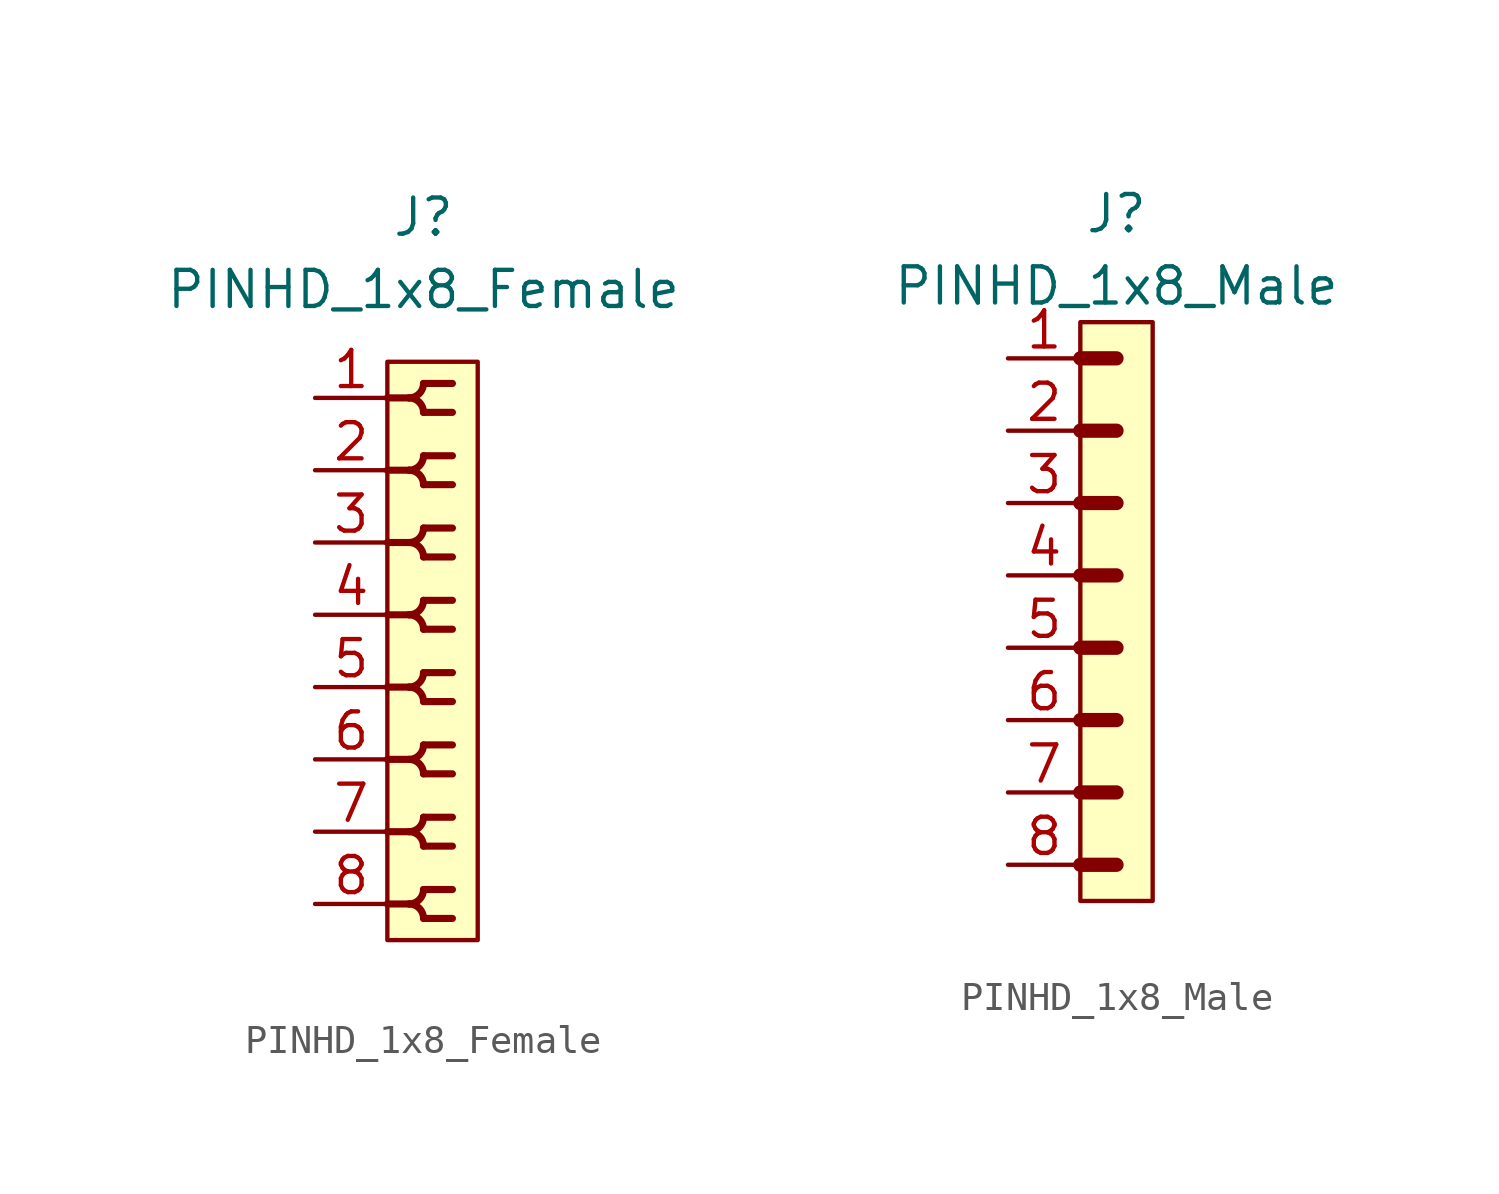
<source format=kicad_sym>
(kicad_symbol_lib
  (version 20211014)
  (generator kicad_symbol_editor)
  (symbol "PINHD_1x8_Female"
    (property "Reference" "J"
      (at 0 15.24 0)
      (effects (font (size 1.27 1.27))))
    (property "Value" "PINHD_1x8_Female"
      (at 0 12.7 0)
      (effects (font (size 1.27 1.27))))
    (symbol "PINHD_1x8_Female_0_1"
      (rectangle (start -1.27 10.16) (end 1.905 -10.16) (stroke (width 0) (type default) (color 0 0 0 0)) (fill (type background)))
      (arc (start -0.508 -8.89) (mid 0.3592 -9.2492) (end 0 -8.382) (stroke (width 0.25) (type default) (color 0 0 0 0)) (fill (type none)))
      (arc (start -0.508 -6.35) (mid 0.3592 -6.7092) (end 0 -5.842) (stroke (width 0.25) (type default) (color 0 0 0 0)) (fill (type none)))
      (arc (start -0.508 -3.81) (mid 0.3592 -4.1692) (end 0 -3.302) (stroke (width 0.25) (type default) (color 0 0 0 0)) (fill (type none)))
      (arc (start -0.508 -1.27) (mid 0.3592 -1.6292) (end 0 -0.762) (stroke (width 0.25) (type default) (color 0 0 0 0)) (fill (type none)))
      (arc (start -0.508 1.27) (mid 0.3592 0.9108) (end 0 1.778) (stroke (width 0.25) (type default) (color 0 0 0 0)) (fill (type none)))
      (arc (start -0.508 3.81) (mid 0.3592 3.4508) (end 0 4.318) (stroke (width 0.25) (type default) (color 0 0 0 0)) (fill (type none)))
      (arc (start -0.508 6.35) (mid 0.3592 5.9908) (end 0 6.858) (stroke (width 0.25) (type default) (color 0 0 0 0)) (fill (type none)))
      (arc (start -0.508 8.89) (mid 0.3592 8.5308) (end 0 9.398) (stroke (width 0.25) (type default) (color 0 0 0 0)) (fill (type none)))
      (arc (start 0 -9.398) (mid 0.3592 -8.5308) (end -0.508 -8.89) (stroke (width 0.25) (type default) (color 0 0 0 0)) (fill (type none)))
      (arc (start 0 -6.858) (mid 0.3592 -5.9908) (end -0.508 -6.35) (stroke (width 0.25) (type default) (color 0 0 0 0)) (fill (type none)))
      (arc (start 0 -4.318) (mid 0.3592 -3.4508) (end -0.508 -3.81) (stroke (width 0.25) (type default) (color 0 0 0 0)) (fill (type none)))
      (arc (start 0 -1.778) (mid 0.3592 -0.9108) (end -0.508 -1.27) (stroke (width 0.25) (type default) (color 0 0 0 0)) (fill (type none)))
      (polyline (pts (xy -1.27 -8.89) (xy -0.508 -8.89)) (stroke (width 0.25) (type default) (color 0 0 0 0)) (fill (type none)))
      (polyline (pts (xy -1.27 -6.35) (xy -0.508 -6.35)) (stroke (width 0.25) (type default) (color 0 0 0 0)) (fill (type none)))
      (polyline (pts (xy -1.27 -3.81) (xy -0.508 -3.81)) (stroke (width 0.25) (type default) (color 0 0 0 0)) (fill (type none)))
      (polyline (pts (xy -1.27 -1.27) (xy -0.508 -1.27)) (stroke (width 0.25) (type default) (color 0 0 0 0)) (fill (type none)))
      (polyline (pts (xy -1.27 1.27) (xy -0.508 1.27)) (stroke (width 0.25) (type default) (color 0 0 0 0)) (fill (type none)))
      (polyline (pts (xy -1.27 3.81) (xy -0.508 3.81)) (stroke (width 0.25) (type default) (color 0 0 0 0)) (fill (type none)))
      (polyline (pts (xy -1.27 6.35) (xy -0.508 6.35)) (stroke (width 0.25) (type default) (color 0 0 0 0)) (fill (type none)))
      (polyline (pts (xy -1.27 8.89) (xy -0.508 8.89)) (stroke (width 0.25) (type default) (color 0 0 0 0)) (fill (type none)))
      (polyline (pts (xy 0 -9.398) (xy 1.016 -9.398)) (stroke (width 0.25) (type default) (color 0 0 0 0)) (fill (type none)))
      (polyline (pts (xy 0 -8.382) (xy 1.016 -8.382)) (stroke (width 0.25) (type default) (color 0 0 0 0)) (fill (type none)))
      (polyline (pts (xy 0 -6.858) (xy 1.016 -6.858)) (stroke (width 0.25) (type default) (color 0 0 0 0)) (fill (type none)))
      (polyline (pts (xy 0 -5.842) (xy 1.016 -5.842)) (stroke (width 0.25) (type default) (color 0 0 0 0)) (fill (type none)))
      (polyline (pts (xy 0 -4.318) (xy 1.016 -4.318)) (stroke (width 0.25) (type default) (color 0 0 0 0)) (fill (type none)))
      (polyline (pts (xy 0 -3.302) (xy 1.016 -3.302)) (stroke (width 0.25) (type default) (color 0 0 0 0)) (fill (type none)))
      (polyline (pts (xy 0 -1.778) (xy 1.016 -1.778)) (stroke (width 0.25) (type default) (color 0 0 0 0)) (fill (type none)))
      (polyline (pts (xy 0 -0.762) (xy 1.016 -0.762)) (stroke (width 0.25) (type default) (color 0 0 0 0)) (fill (type none)))
      (polyline (pts (xy 0 0.762) (xy 1.016 0.762)) (stroke (width 0.25) (type default) (color 0 0 0 0)) (fill (type none)))
      (polyline (pts (xy 0 1.778) (xy 1.016 1.778)) (stroke (width 0.25) (type default) (color 0 0 0 0)) (fill (type none)))
      (polyline (pts (xy 0 3.302) (xy 1.016 3.302)) (stroke (width 0.25) (type default) (color 0 0 0 0)) (fill (type none)))
      (polyline (pts (xy 0 4.318) (xy 1.016 4.318)) (stroke (width 0.25) (type default) (color 0 0 0 0)) (fill (type none)))
      (polyline (pts (xy 0 5.842) (xy 1.016 5.842)) (stroke (width 0.25) (type default) (color 0 0 0 0)) (fill (type none)))
      (polyline (pts (xy 0 6.858) (xy 1.016 6.858)) (stroke (width 0.25) (type default) (color 0 0 0 0)) (fill (type none)))
      (polyline (pts (xy 0 8.382) (xy 1.016 8.382)) (stroke (width 0.25) (type default) (color 0 0 0 0)) (fill (type none)))
      (polyline (pts (xy 0 9.398) (xy 1.016 9.398)) (stroke (width 0.25) (type default) (color 0 0 0 0)) (fill (type none)))
      (arc (start 0 0.762) (mid 0.3592 1.6292) (end -0.508 1.27) (stroke (width 0.25) (type default) (color 0 0 0 0)) (fill (type none)))
      (arc (start 0 3.302) (mid 0.3592 4.1692) (end -0.508 3.81) (stroke (width 0.25) (type default) (color 0 0 0 0)) (fill (type none)))
      (arc (start 0 5.842) (mid 0.3592 6.7092) (end -0.508 6.35) (stroke (width 0.25) (type default) (color 0 0 0 0)) (fill (type none)))
      (arc (start 0 8.382) (mid 0.3592 9.2492) (end -0.508 8.89) (stroke (width 0.25) (type default) (color 0 0 0 0)) (fill (type none))))
    (symbol "PINHD_1x8_Female_1_1"
      (pin passive line (at -3.81 8.89 0) (length 2.54) (name "" (effects (font (size 1.27 1.27)))) (number "1" (effects (font (size 1.27 1.27)))))
      (pin passive line (at -3.81 6.35 0) (length 2.54) (name "" (effects (font (size 1.27 1.27)))) (number "2" (effects (font (size 1.27 1.27)))))
      (pin passive line (at -3.81 3.81 0) (length 2.54) (name "" (effects (font (size 1.27 1.27)))) (number "3" (effects (font (size 1.27 1.27)))))
      (pin passive line (at -3.81 1.27 0) (length 2.54) (name "" (effects (font (size 1.27 1.27)))) (number "4" (effects (font (size 1.27 1.27)))))
      (pin passive line (at -3.81 -1.27 0) (length 2.54) (name "" (effects (font (size 1.27 1.27)))) (number "5" (effects (font (size 1.27 1.27)))))
      (pin passive line (at -3.81 -3.81 0) (length 2.54) (name "" (effects (font (size 1.27 1.27)))) (number "6" (effects (font (size 1.27 1.27)))))
      (pin passive line (at -3.81 -6.35 0) (length 2.54) (name "" (effects (font (size 1.27 1.27)))) (number "7" (effects (font (size 1.27 1.27)))))
      (pin passive line (at -3.81 -8.89 0) (length 2.54) (name "" (effects (font (size 1.27 1.27)))) (number "8" (effects (font (size 1.27 1.27)))))))
  (symbol "PINHD_1x8_Male"
    (property "Reference" "J"
      (at 0 13.97 0)
      (effects (font (size 1.27 1.27))))
    (property "Value" "PINHD_1x8_Male"
      (at 0 11.43 0)
      (effects (font (size 1.27 1.27))))
    (symbol "PINHD_1x8_Male_0_1"
      (rectangle (start -1.27 10.16) (end 1.27 -10.16) (stroke (width 0) (type default) (color 0 0 0 0)) (fill (type background)))
      (polyline (pts (xy -1.27 -8.89) (xy 0 -8.89)) (stroke (width 0.3) (type default) (color 0 0 0 0)) (fill (type none)))
      (polyline (pts (xy -1.27 -8.89) (xy 0 -8.89)) (stroke (width 0.5) (type default) (color 0 0 0 0)) (fill (type none)))
      (polyline (pts (xy -1.27 -6.35) (xy 0 -6.35)) (stroke (width 0.3) (type default) (color 0 0 0 0)) (fill (type none)))
      (polyline (pts (xy -1.27 -6.35) (xy 0 -6.35)) (stroke (width 0.5) (type default) (color 0 0 0 0)) (fill (type none)))
      (polyline (pts (xy -1.27 -3.81) (xy 0 -3.81)) (stroke (width 0.3) (type default) (color 0 0 0 0)) (fill (type none)))
      (polyline (pts (xy -1.27 -3.81) (xy 0 -3.81)) (stroke (width 0.5) (type default) (color 0 0 0 0)) (fill (type none)))
      (polyline (pts (xy -1.27 -1.27) (xy 0 -1.27)) (stroke (width 0.3) (type default) (color 0 0 0 0)) (fill (type none)))
      (polyline (pts (xy -1.27 -1.27) (xy 0 -1.27)) (stroke (width 0.5) (type default) (color 0 0 0 0)) (fill (type none)))
      (polyline (pts (xy -1.27 1.27) (xy 0 1.27)) (stroke (width 0.3) (type default) (color 0 0 0 0)) (fill (type none)))
      (polyline (pts (xy -1.27 1.27) (xy 0 1.27)) (stroke (width 0.5) (type default) (color 0 0 0 0)) (fill (type none)))
      (polyline (pts (xy -1.27 3.81) (xy 0 3.81)) (stroke (width 0.3) (type default) (color 0 0 0 0)) (fill (type none)))
      (polyline (pts (xy -1.27 3.81) (xy 0 3.81)) (stroke (width 0.5) (type default) (color 0 0 0 0)) (fill (type none)))
      (polyline (pts (xy -1.27 6.35) (xy 0 6.35)) (stroke (width 0.3) (type default) (color 0 0 0 0)) (fill (type none)))
      (polyline (pts (xy -1.27 6.35) (xy 0 6.35)) (stroke (width 0.5) (type default) (color 0 0 0 0)) (fill (type none)))
      (polyline (pts (xy -1.27 8.89) (xy 0 8.89)) (stroke (width 0.3) (type default) (color 0 0 0 0)) (fill (type none)))
      (polyline (pts (xy -1.27 8.89) (xy 0 8.89)) (stroke (width 0.5) (type default) (color 0 0 0 0)) (fill (type none))))
    (symbol "PINHD_1x8_Male_1_1"
      (pin passive line (at -3.81 8.89 0) (length 2.54) (name "" (effects (font (size 1.27 1.27)))) (number "1" (effects (font (size 1.27 1.27)))))
      (pin passive line (at -3.81 6.35 0) (length 2.54) (name "" (effects (font (size 1.27 1.27)))) (number "2" (effects (font (size 1.27 1.27)))))
      (pin passive line (at -3.81 3.81 0) (length 2.54) (name "" (effects (font (size 1.27 1.27)))) (number "3" (effects (font (size 1.27 1.27)))))
      (pin passive line (at -3.81 1.27 0) (length 2.54) (name "" (effects (font (size 1.27 1.27)))) (number "4" (effects (font (size 1.27 1.27)))))
      (pin passive line (at -3.81 -1.27 0) (length 2.54) (name "" (effects (font (size 1.27 1.27)))) (number "5" (effects (font (size 1.27 1.27)))))
      (pin passive line (at -3.81 -3.81 0) (length 2.54) (name "" (effects (font (size 1.27 1.27)))) (number "6" (effects (font (size 1.27 1.27)))))
      (pin passive line (at -3.81 -6.35 0) (length 2.54) (name "" (effects (font (size 1.27 1.27)))) (number "7" (effects (font (size 1.27 1.27)))))
      (pin passive line (at -3.81 -8.89 0) (length 2.54) (name "" (effects (font (size 1.27 1.27)))) (number "8" (effects (font (size 1.27 1.27))))))))
</source>
